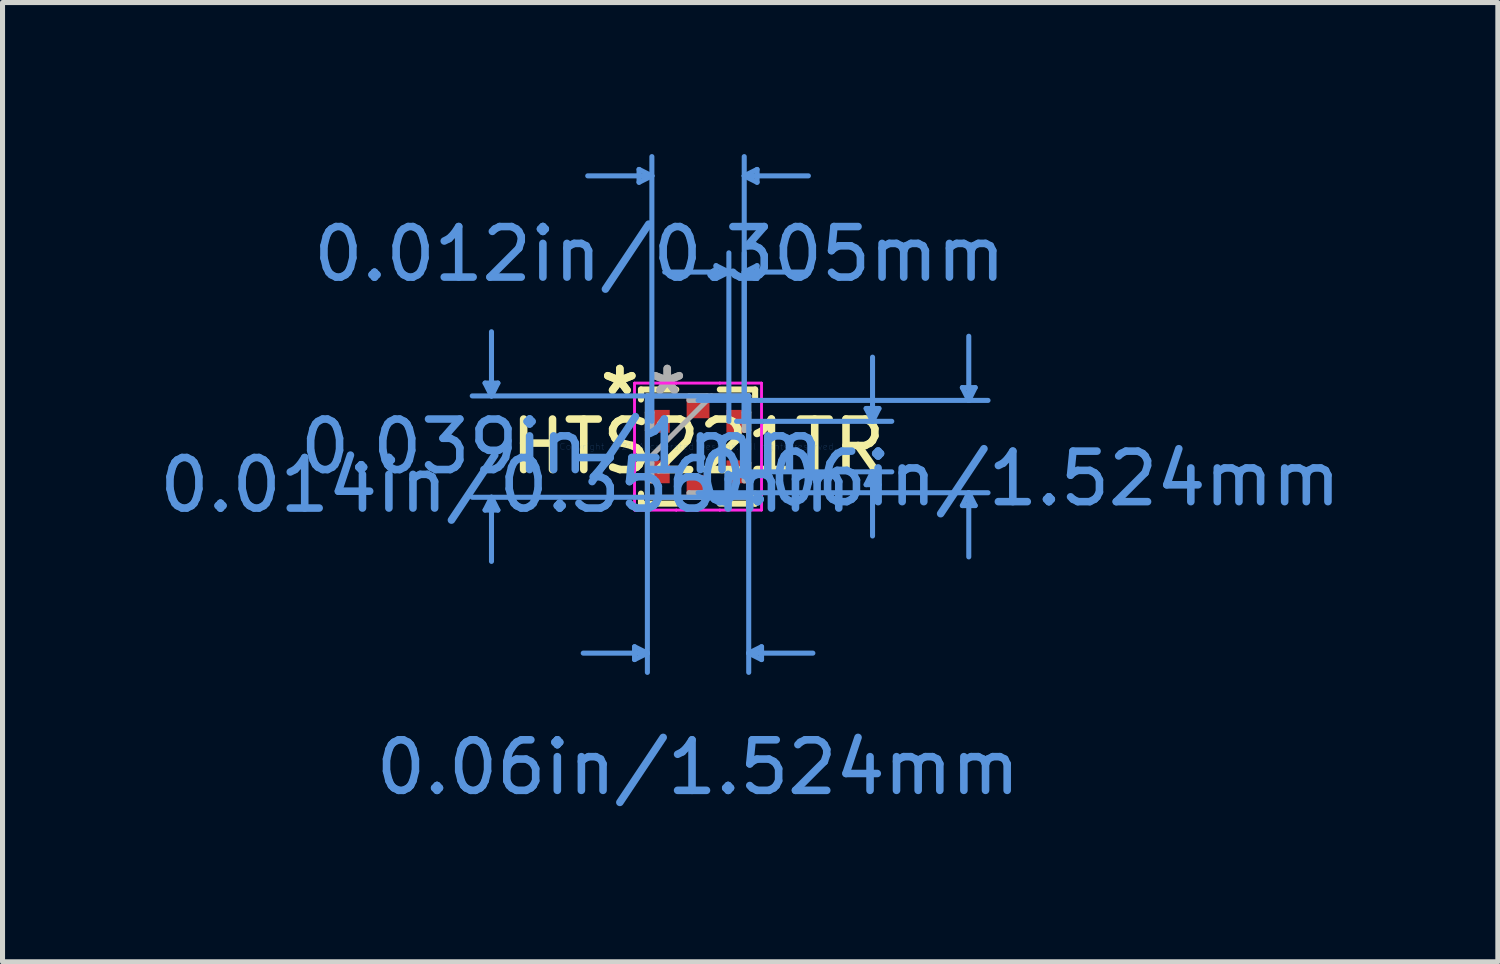
<source format=kicad_pcb>
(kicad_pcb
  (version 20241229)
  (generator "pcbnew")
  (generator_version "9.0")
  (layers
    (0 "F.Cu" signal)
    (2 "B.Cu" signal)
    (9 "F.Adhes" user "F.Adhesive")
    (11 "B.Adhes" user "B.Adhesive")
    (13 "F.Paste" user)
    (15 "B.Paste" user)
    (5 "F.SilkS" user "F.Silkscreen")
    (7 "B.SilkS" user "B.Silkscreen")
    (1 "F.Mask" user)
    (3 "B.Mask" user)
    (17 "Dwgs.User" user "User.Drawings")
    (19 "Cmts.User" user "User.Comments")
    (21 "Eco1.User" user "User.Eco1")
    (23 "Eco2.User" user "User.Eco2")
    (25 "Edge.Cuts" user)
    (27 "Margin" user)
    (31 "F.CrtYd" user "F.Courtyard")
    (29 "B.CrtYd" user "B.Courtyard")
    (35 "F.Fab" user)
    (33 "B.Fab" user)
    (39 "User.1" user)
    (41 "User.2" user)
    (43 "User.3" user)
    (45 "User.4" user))
  (footprint "HTS221TR"
    (layer "F.Cu")
    (at 10.768 5.79)
    (property "Reference" "HTS221TR" (at 0 0 0) (layer "F.SilkS") (effects (font (size 1 1) (thickness 0.15))))
    (attr through_hole)
    (fp_line (start -1.13 -1.13) (end -1.13 -0.931) (stroke (width 0.12) (type solid)) (layer "F.SilkS"))
    (fp_line (start -1.13 0.931) (end -1.13 1.13) (stroke (width 0.12) (type solid)) (layer "F.SilkS"))
    (fp_line (start -1.13 1.13) (end -0.431 1.13) (stroke (width 0.12) (type solid)) (layer "F.SilkS"))
    (fp_line (start -0.431 -1.13) (end -1.13 -1.13) (stroke (width 0.12) (type solid)) (layer "F.SilkS"))
    (fp_line (start 0.431 1.13) (end 1.13 1.13) (stroke (width 0.12) (type solid)) (layer "F.SilkS"))
    (fp_line (start 1.13 -1.13) (end 0.431 -1.13) (stroke (width 0.12) (type solid)) (layer "F.SilkS"))
    (fp_line (start 1.13 -0.931) (end 1.13 -1.13) (stroke (width 0.12) (type solid)) (layer "F.SilkS"))
    (fp_line (start 1.13 1.13) (end 1.13 0.931) (stroke (width 0.12) (type solid)) (layer "F.SilkS"))
    (fp_line (start -4.216 -1.257) (end -3.962 -1.257) (stroke (width 0.1) (type solid)) (layer "Cmts.User"))
    (fp_line (start -4.216 1.257) (end -3.962 1.257) (stroke (width 0.1) (type solid)) (layer "Cmts.User"))
    (fp_line (start -4.089 -1.003) (end -4.216 -1.257) (stroke (width 0.1) (type solid)) (layer "Cmts.User"))
    (fp_line (start -4.089 -1.003) (end -4.089 -2.273) (stroke (width 0.1) (type solid)) (layer "Cmts.User"))
    (fp_line (start -4.089 -1.003) (end -3.962 -1.257) (stroke (width 0.1) (type solid)) (layer "Cmts.User"))
    (fp_line (start -4.089 1.003) (end -4.216 1.257) (stroke (width 0.1) (type solid)) (layer "Cmts.User"))
    (fp_line (start -4.089 1.003) (end -4.089 2.273) (stroke (width 0.1) (type solid)) (layer "Cmts.User"))
    (fp_line (start -4.089 1.003) (end -3.962 1.257) (stroke (width 0.1) (type solid)) (layer "Cmts.User"))
    (fp_line (start -1.257 3.962) (end -1.257 4.216) (stroke (width 0.1) (type solid)) (layer "Cmts.User"))
    (fp_line (start -1.168 -5.486) (end -1.168 -5.232) (stroke (width 0.1) (type solid)) (layer "Cmts.User"))
    (fp_line (start -1.003 -1.003) (end -1.003 4.47) (stroke (width 0.1) (type solid)) (layer "Cmts.User"))
    (fp_line (start -1.003 4.089) (end -2.273 4.089) (stroke (width 0.1) (type solid)) (layer "Cmts.User"))
    (fp_line (start -1.003 4.089) (end -1.257 3.962) (stroke (width 0.1) (type solid)) (layer "Cmts.User"))
    (fp_line (start -1.003 4.089) (end -1.257 4.216) (stroke (width 0.1) (type solid)) (layer "Cmts.User"))
    (fp_line (start -0.914 -5.359) (end -2.184 -5.359) (stroke (width 0.1) (type solid)) (layer "Cmts.User"))
    (fp_line (start -0.914 -5.359) (end -1.168 -5.486) (stroke (width 0.1) (type solid)) (layer "Cmts.User"))
    (fp_line (start -0.914 -5.359) (end -1.168 -5.232) (stroke (width 0.1) (type solid)) (layer "Cmts.User"))
    (fp_line (start -0.914 -0.5) (end -0.914 -5.74) (stroke (width 0.1) (type solid)) (layer "Cmts.User"))
    (fp_line (start 0 -0.914) (end 5.74 -0.914) (stroke (width 0.1) (type solid)) (layer "Cmts.User"))
    (fp_line (start 0 0.914) (end 5.74 0.914) (stroke (width 0.1) (type solid)) (layer "Cmts.User"))
    (fp_line (start 0.356 -3.581) (end 0.356 -3.327) (stroke (width 0.1) (type solid)) (layer "Cmts.User"))
    (fp_line (start 0.61 -3.454) (end -0.66 -3.454) (stroke (width 0.1) (type solid)) (layer "Cmts.User"))
    (fp_line (start 0.61 -3.454) (end 0.356 -3.581) (stroke (width 0.1) (type solid)) (layer "Cmts.User"))
    (fp_line (start 0.61 -3.454) (end 0.356 -3.327) (stroke (width 0.1) (type solid)) (layer "Cmts.User"))
    (fp_line (start 0.61 -0.5) (end 0.61 -3.835) (stroke (width 0.1) (type solid)) (layer "Cmts.User"))
    (fp_line (start 0.762 -0.5) (end 3.835 -0.5) (stroke (width 0.1) (type solid)) (layer "Cmts.User"))
    (fp_line (start 0.762 0.5) (end 3.835 0.5) (stroke (width 0.1) (type solid)) (layer "Cmts.User"))
    (fp_line (start 0.914 -5.359) (end 1.168 -5.486) (stroke (width 0.1) (type solid)) (layer "Cmts.User"))
    (fp_line (start 0.914 -5.359) (end 1.168 -5.232) (stroke (width 0.1) (type solid)) (layer "Cmts.User"))
    (fp_line (start 0.914 -5.359) (end 2.184 -5.359) (stroke (width 0.1) (type solid)) (layer "Cmts.User"))
    (fp_line (start 0.914 -3.454) (end 1.168 -3.581) (stroke (width 0.1) (type solid)) (layer "Cmts.User"))
    (fp_line (start 0.914 -3.454) (end 1.168 -3.327) (stroke (width 0.1) (type solid)) (layer "Cmts.User"))
    (fp_line (start 0.914 -3.454) (end 2.184 -3.454) (stroke (width 0.1) (type solid)) (layer "Cmts.User"))
    (fp_line (start 0.914 -0.5) (end 0.914 -5.74) (stroke (width 0.1) (type solid)) (layer "Cmts.User"))
    (fp_line (start 0.914 -0.5) (end 0.914 -3.835) (stroke (width 0.1) (type solid)) (layer "Cmts.User"))
    (fp_line (start 1.003 -1.003) (end -4.47 -1.003) (stroke (width 0.1) (type solid)) (layer "Cmts.User"))
    (fp_line (start 1.003 -1.003) (end 1.003 4.47) (stroke (width 0.1) (type solid)) (layer "Cmts.User"))
    (fp_line (start 1.003 1.003) (end -4.47 1.003) (stroke (width 0.1) (type solid)) (layer "Cmts.User"))
    (fp_line (start 1.003 4.089) (end 1.257 3.962) (stroke (width 0.1) (type solid)) (layer "Cmts.User"))
    (fp_line (start 1.003 4.089) (end 1.257 4.216) (stroke (width 0.1) (type solid)) (layer "Cmts.User"))
    (fp_line (start 1.003 4.089) (end 2.273 4.089) (stroke (width 0.1) (type solid)) (layer "Cmts.User"))
    (fp_line (start 1.168 -5.486) (end 1.168 -5.232) (stroke (width 0.1) (type solid)) (layer "Cmts.User"))
    (fp_line (start 1.168 -3.581) (end 1.168 -3.327) (stroke (width 0.1) (type solid)) (layer "Cmts.User"))
    (fp_line (start 1.257 3.962) (end 1.257 4.216) (stroke (width 0.1) (type solid)) (layer "Cmts.User"))
    (fp_line (start 3.327 -0.754) (end 3.581 -0.754) (stroke (width 0.1) (type solid)) (layer "Cmts.User"))
    (fp_line (start 3.327 0.754) (end 3.581 0.754) (stroke (width 0.1) (type solid)) (layer "Cmts.User"))
    (fp_line (start 3.454 -0.5) (end 3.327 -0.754) (stroke (width 0.1) (type solid)) (layer "Cmts.User"))
    (fp_line (start 3.454 -0.5) (end 3.454 -1.77) (stroke (width 0.1) (type solid)) (layer "Cmts.User"))
    (fp_line (start 3.454 -0.5) (end 3.581 -0.754) (stroke (width 0.1) (type solid)) (layer "Cmts.User"))
    (fp_line (start 3.454 0.5) (end 3.327 0.754) (stroke (width 0.1) (type solid)) (layer "Cmts.User"))
    (fp_line (start 3.454 0.5) (end 3.454 1.77) (stroke (width 0.1) (type solid)) (layer "Cmts.User"))
    (fp_line (start 3.454 0.5) (end 3.581 0.754) (stroke (width 0.1) (type solid)) (layer "Cmts.User"))
    (fp_line (start 5.232 -1.168) (end 5.486 -1.168) (stroke (width 0.1) (type solid)) (layer "Cmts.User"))
    (fp_line (start 5.232 1.168) (end 5.486 1.168) (stroke (width 0.1) (type solid)) (layer "Cmts.User"))
    (fp_line (start 5.359 -0.914) (end 5.232 -1.168) (stroke (width 0.1) (type solid)) (layer "Cmts.User"))
    (fp_line (start 5.359 -0.914) (end 5.359 -2.184) (stroke (width 0.1) (type solid)) (layer "Cmts.User"))
    (fp_line (start 5.359 -0.914) (end 5.486 -1.168) (stroke (width 0.1) (type solid)) (layer "Cmts.User"))
    (fp_line (start 5.359 0.914) (end 5.232 1.168) (stroke (width 0.1) (type solid)) (layer "Cmts.User"))
    (fp_line (start 5.359 0.914) (end 5.359 2.184) (stroke (width 0.1) (type solid)) (layer "Cmts.User"))
    (fp_line (start 5.359 0.914) (end 5.486 1.168) (stroke (width 0.1) (type solid)) (layer "Cmts.User"))
    (fp_line (start -1.257 -1.257) (end -0.432 -1.257) (stroke (width 0.05) (type solid)) (layer "F.CrtYd"))
    (fp_line (start -1.257 -1.257) (end -0.432 -1.257) (stroke (width 0.05) (type solid)) (layer "F.CrtYd"))
    (fp_line (start -1.257 -0.932) (end -1.257 -1.257) (stroke (width 0.05) (type solid)) (layer "F.CrtYd"))
    (fp_line (start -1.257 -0.932) (end -1.257 -1.257) (stroke (width 0.05) (type solid)) (layer "F.CrtYd"))
    (fp_line (start -1.257 -0.932) (end -1.257 -0.932) (stroke (width 0.05) (type solid)) (layer "F.CrtYd"))
    (fp_line (start -1.257 -0.932) (end -1.257 -0.932) (stroke (width 0.05) (type solid)) (layer "F.CrtYd"))
    (fp_line (start -1.257 0.932) (end -1.257 -0.932) (stroke (width 0.05) (type solid)) (layer "F.CrtYd"))
    (fp_line (start -1.257 0.932) (end -1.257 -0.932) (stroke (width 0.05) (type solid)) (layer "F.CrtYd"))
    (fp_line (start -1.257 0.932) (end -1.257 0.932) (stroke (width 0.05) (type solid)) (layer "F.CrtYd"))
    (fp_line (start -1.257 0.932) (end -1.257 0.932) (stroke (width 0.05) (type solid)) (layer "F.CrtYd"))
    (fp_line (start -1.257 1.257) (end -1.257 0.932) (stroke (width 0.05) (type solid)) (layer "F.CrtYd"))
    (fp_line (start -1.257 1.257) (end -1.257 0.932) (stroke (width 0.05) (type solid)) (layer "F.CrtYd"))
    (fp_line (start -0.432 -1.257) (end -0.432 -1.257) (stroke (width 0.05) (type solid)) (layer "F.CrtYd"))
    (fp_line (start -0.432 -1.257) (end -0.432 -1.257) (stroke (width 0.05) (type solid)) (layer "F.CrtYd"))
    (fp_line (start -0.432 -1.257) (end 0.432 -1.257) (stroke (width 0.05) (type solid)) (layer "F.CrtYd"))
    (fp_line (start -0.432 -1.257) (end 0.432 -1.257) (stroke (width 0.05) (type solid)) (layer "F.CrtYd"))
    (fp_line (start -0.432 1.257) (end -1.257 1.257) (stroke (width 0.05) (type solid)) (layer "F.CrtYd"))
    (fp_line (start -0.432 1.257) (end -1.257 1.257) (stroke (width 0.05) (type solid)) (layer "F.CrtYd"))
    (fp_line (start -0.432 1.257) (end -0.432 1.257) (stroke (width 0.05) (type solid)) (layer "F.CrtYd"))
    (fp_line (start -0.432 1.257) (end -0.432 1.257) (stroke (width 0.05) (type solid)) (layer "F.CrtYd"))
    (fp_line (start 0.432 -1.257) (end 0.432 -1.257) (stroke (width 0.05) (type solid)) (layer "F.CrtYd"))
    (fp_line (start 0.432 -1.257) (end 0.432 -1.257) (stroke (width 0.05) (type solid)) (layer "F.CrtYd"))
    (fp_line (start 0.432 -1.257) (end 1.257 -1.257) (stroke (width 0.05) (type solid)) (layer "F.CrtYd"))
    (fp_line (start 0.432 -1.257) (end 1.257 -1.257) (stroke (width 0.05) (type solid)) (layer "F.CrtYd"))
    (fp_line (start 0.432 1.257) (end -0.432 1.257) (stroke (width 0.05) (type solid)) (layer "F.CrtYd"))
    (fp_line (start 0.432 1.257) (end -0.432 1.257) (stroke (width 0.05) (type solid)) (layer "F.CrtYd"))
    (fp_line (start 0.432 1.257) (end 0.432 1.257) (stroke (width 0.05) (type solid)) (layer "F.CrtYd"))
    (fp_line (start 0.432 1.257) (end 0.432 1.257) (stroke (width 0.05) (type solid)) (layer "F.CrtYd"))
    (fp_line (start 1.257 -1.257) (end 1.257 -0.932) (stroke (width 0.05) (type solid)) (layer "F.CrtYd"))
    (fp_line (start 1.257 -1.257) (end 1.257 -0.932) (stroke (width 0.05) (type solid)) (layer "F.CrtYd"))
    (fp_line (start 1.257 -0.932) (end 1.257 -0.932) (stroke (width 0.05) (type solid)) (layer "F.CrtYd"))
    (fp_line (start 1.257 -0.932) (end 1.257 -0.932) (stroke (width 0.05) (type solid)) (layer "F.CrtYd"))
    (fp_line (start 1.257 -0.932) (end 1.257 0.932) (stroke (width 0.05) (type solid)) (layer "F.CrtYd"))
    (fp_line (start 1.257 -0.932) (end 1.257 0.932) (stroke (width 0.05) (type solid)) (layer "F.CrtYd"))
    (fp_line (start 1.257 0.932) (end 1.257 0.932) (stroke (width 0.05) (type solid)) (layer "F.CrtYd"))
    (fp_line (start 1.257 0.932) (end 1.257 0.932) (stroke (width 0.05) (type solid)) (layer "F.CrtYd"))
    (fp_line (start 1.257 0.932) (end 1.257 1.257) (stroke (width 0.05) (type solid)) (layer "F.CrtYd"))
    (fp_line (start 1.257 0.932) (end 1.257 1.257) (stroke (width 0.05) (type solid)) (layer "F.CrtYd"))
    (fp_line (start 1.257 1.257) (end 0.432 1.257) (stroke (width 0.05) (type solid)) (layer "F.CrtYd"))
    (fp_line (start 1.257 1.257) (end 0.432 1.257) (stroke (width 0.05) (type solid)) (layer "F.CrtYd"))
    (fp_line (start -1.003 -1.003) (end -1.003 -1.003) (stroke (width 0.1) (type solid)) (layer "F.Fab"))
    (fp_line (start -1.003 -1.003) (end -1.003 1.003) (stroke (width 0.1) (type solid)) (layer "F.Fab"))
    (fp_line (start -1.003 -0.678) (end -0.914 -0.678) (stroke (width 0.1) (type solid)) (layer "F.Fab"))
    (fp_line (start -1.003 -0.322) (end -1.003 -0.678) (stroke (width 0.1) (type solid)) (layer "F.Fab"))
    (fp_line (start -1.003 0.267) (end 0.267 -1.003) (stroke (width 0.1) (type solid)) (layer "F.Fab"))
    (fp_line (start -1.003 0.322) (end -0.914 0.322) (stroke (width 0.1) (type solid)) (layer "F.Fab"))
    (fp_line (start -1.003 0.678) (end -1.003 0.322) (stroke (width 0.1) (type solid)) (layer "F.Fab"))
    (fp_line (start -1.003 1.003) (end -1.003 1.003) (stroke (width 0.1) (type solid)) (layer "F.Fab"))
    (fp_line (start -1.003 1.003) (end 1.003 1.003) (stroke (width 0.1) (type solid)) (layer "F.Fab"))
    (fp_line (start -0.914 -0.678) (end -0.914 -0.322) (stroke (width 0.1) (type solid)) (layer "F.Fab"))
    (fp_line (start -0.914 -0.322) (end -1.003 -0.322) (stroke (width 0.1) (type solid)) (layer "F.Fab"))
    (fp_line (start -0.914 0.322) (end -0.914 0.678) (stroke (width 0.1) (type solid)) (layer "F.Fab"))
    (fp_line (start -0.914 0.678) (end -1.003 0.678) (stroke (width 0.1) (type solid)) (layer "F.Fab"))
    (fp_line (start -0.178 -1.003) (end 0.178 -1.003) (stroke (width 0.1) (type solid)) (layer "F.Fab"))
    (fp_line (start -0.178 -0.914) (end -0.178 -1.003) (stroke (width 0.1) (type solid)) (layer "F.Fab"))
    (fp_line (start -0.178 0.914) (end 0.178 0.914) (stroke (width 0.1) (type solid)) (layer "F.Fab"))
    (fp_line (start -0.178 1.003) (end -0.178 0.914) (stroke (width 0.1) (type solid)) (layer "F.Fab"))
    (fp_line (start 0.178 -1.003) (end 0.178 -0.914) (stroke (width 0.1) (type solid)) (layer "F.Fab"))
    (fp_line (start 0.178 -0.914) (end -0.178 -0.914) (stroke (width 0.1) (type solid)) (layer "F.Fab"))
    (fp_line (start 0.178 0.914) (end 0.178 1.003) (stroke (width 0.1) (type solid)) (layer "F.Fab"))
    (fp_line (start 0.178 1.003) (end -0.178 1.003) (stroke (width 0.1) (type solid)) (layer "F.Fab"))
    (fp_line (start 0.914 -0.678) (end 1.003 -0.678) (stroke (width 0.1) (type solid)) (layer "F.Fab"))
    (fp_line (start 0.914 -0.322) (end 0.914 -0.678) (stroke (width 0.1) (type solid)) (layer "F.Fab"))
    (fp_line (start 0.914 0.322) (end 1.003 0.322) (stroke (width 0.1) (type solid)) (layer "F.Fab"))
    (fp_line (start 0.914 0.678) (end 0.914 0.322) (stroke (width 0.1) (type solid)) (layer "F.Fab"))
    (fp_line (start 1.003 -1.003) (end -1.003 -1.003) (stroke (width 0.1) (type solid)) (layer "F.Fab"))
    (fp_line (start 1.003 -1.003) (end 1.003 -1.003) (stroke (width 0.1) (type solid)) (layer "F.Fab"))
    (fp_line (start 1.003 -0.678) (end 1.003 -0.322) (stroke (width 0.1) (type solid)) (layer "F.Fab"))
    (fp_line (start 1.003 -0.322) (end 0.914 -0.322) (stroke (width 0.1) (type solid)) (layer "F.Fab"))
    (fp_line (start 1.003 0.322) (end 1.003 0.678) (stroke (width 0.1) (type solid)) (layer "F.Fab"))
    (fp_line (start 1.003 0.678) (end 0.914 0.678) (stroke (width 0.1) (type solid)) (layer "F.Fab"))
    (fp_line (start 1.003 1.003) (end 1.003 -1.003) (stroke (width 0.1) (type solid)) (layer "F.Fab"))
    (fp_line (start 1.003 1.003) (end 1.003 1.003) (stroke (width 0.1) (type solid)) (layer "F.Fab"))
    (fp_text user "*" (at -1.549 -1 0) (layer "F.SilkS") (effects (font (size 1 1) (thickness 0.15))))
    (fp_text user "*" (at -1.549 -1 0) (layer "F.SilkS") (effects (font (size 1 1) (thickness 0.15))))
    (fp_text user "0.06in/1.524mm" (at 6.35 0.635 0) (layer "Cmts.User") (effects (font (size 1 1) (thickness 0.15))))
    (fp_text user "0.012in/0.305mm" (at -0.762 -3.81 0) (layer "Cmts.User") (effects (font (size 1 1) (thickness 0.15))))
    (fp_text user "Copyright 2021 Accelerated Designs. All rights reserved." (at 0 0 0) (layer "Cmts.User") (effects (font (size 0.127 0.127) (thickness 0.002))))
    (fp_text user "0.014in/0.356mm" (at -3.81 0.762 0) (layer "Cmts.User") (effects (font (size 1 1) (thickness 0.15))))
    (fp_text user "0.039in/1mm" (at -2.692 0 0) (layer "Cmts.User") (effects (font (size 1 1) (thickness 0.15))))
    (fp_text user "0.06in/1.524mm" (at 0 6.35 0) (layer "Cmts.User") (effects (font (size 1 1) (thickness 0.15))))
    (fp_text user "*" (at -0.61 -1 0) (layer "F.Fab") (effects (font (size 1 1) (thickness 0.15))))
    (fp_text user "*" (at -0.61 -1 0) (layer "F.Fab") (effects (font (size 1 1) (thickness 0.15))))
    (pad "1" smd rect (at -0.762 -0.5 90) (size 0.452 0.402) (layers "F.Cu" "F.Mask" "F.Paste"))
    (pad "2" smd rect (at -0.762 0.5 90) (size 0.452 0.402) (layers "F.Cu" "F.Mask" "F.Paste"))
    (pad "3" smd rect (at 0 0.762) (size 0.452 0.402) (layers "F.Cu" "F.Mask" "F.Paste"))
    (pad "4" smd rect (at 0.762 0.5 90) (size 0.452 0.402) (layers "F.Cu" "F.Mask" "F.Paste"))
    (pad "5" smd rect (at 0.762 -0.5 90) (size 0.452 0.402) (layers "F.Cu" "F.Mask" "F.Paste"))
    (pad "6" smd rect (at 0 -0.762) (size 0.452 0.402) (layers "F.Cu" "F.Mask" "F.Paste")))
  (gr_rect
    (start -3 -3)
    (end 26.6 15.989)
    (stroke (width 0.1) (type default))
    (fill no)
    (layer "Edge.Cuts")))
</source>
